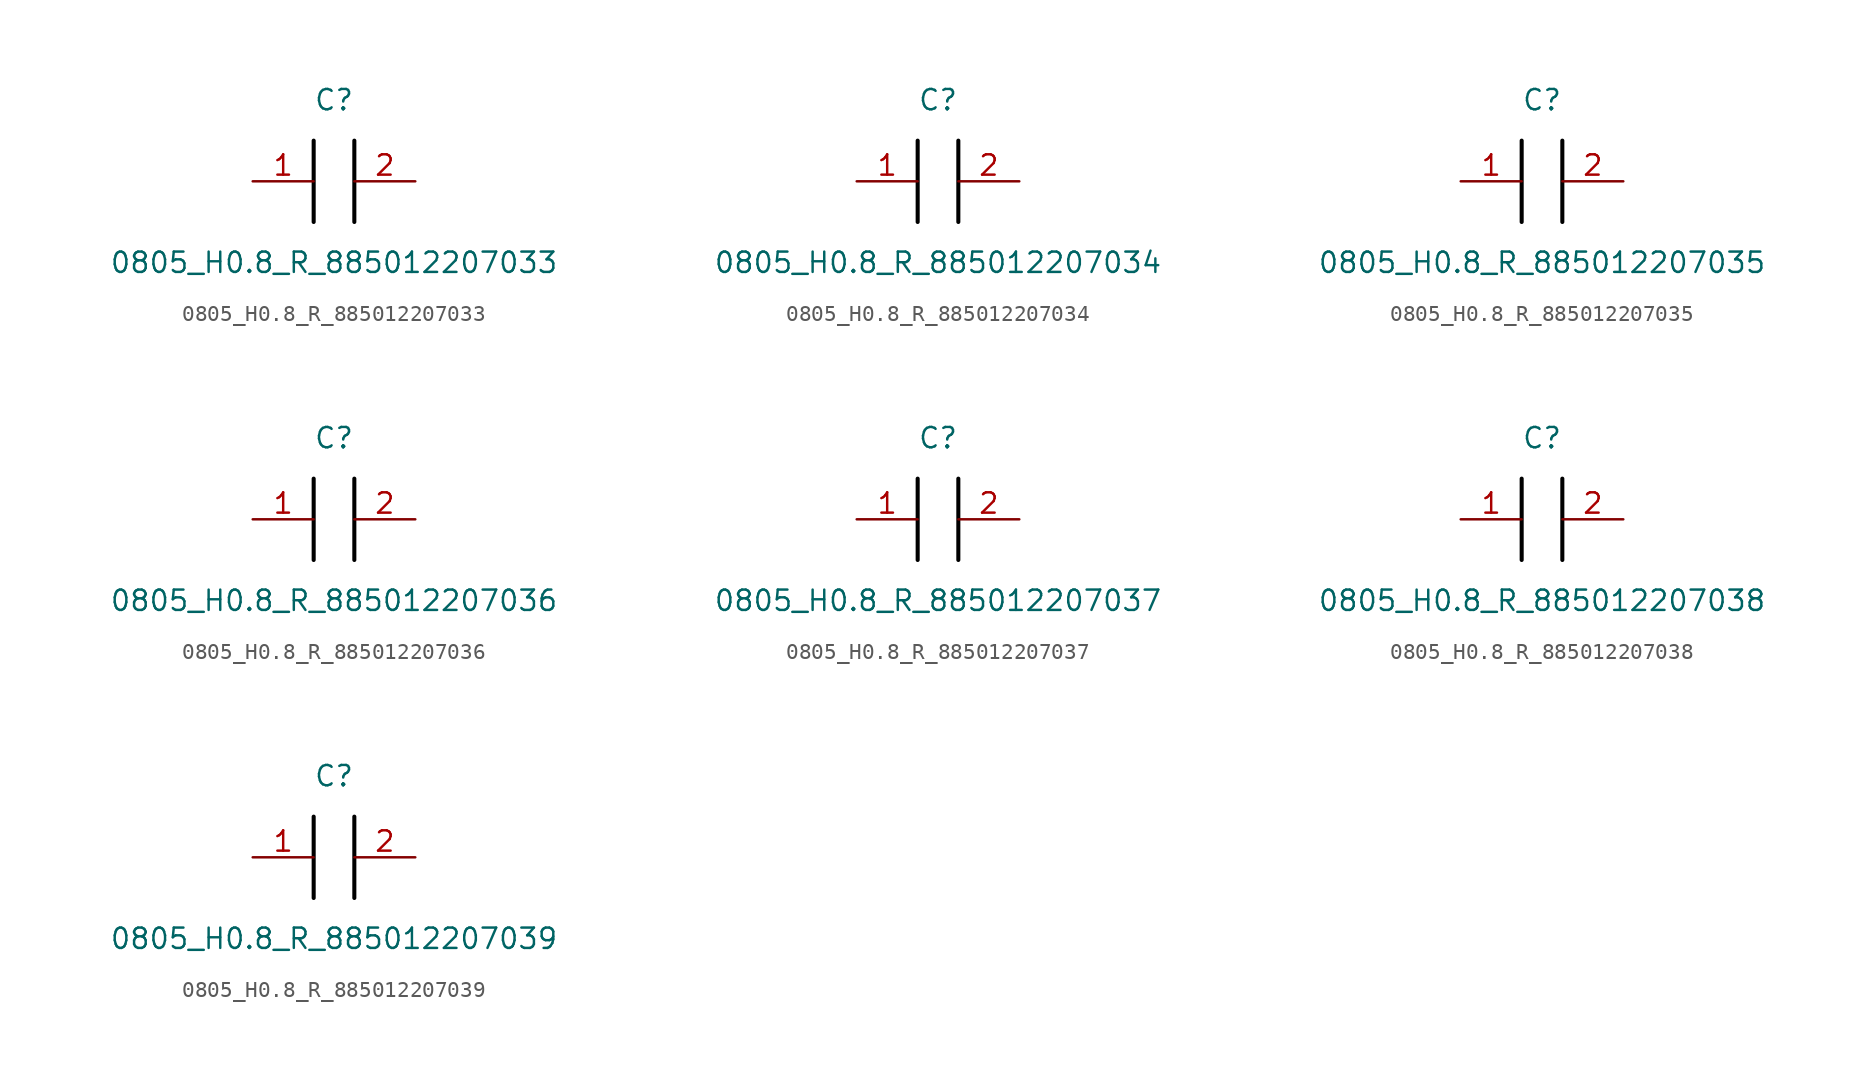
<source format=kicad_sym>
(kicad_symbol_lib
  (version 20220914)
  (generator kicad_symbol_editor)
  (symbol "0805_H0.8_R_885012207033"
    (pin_names hide)
    (property "Reference" "C"
      (at 0 5.08 0)
      (effects (font (size 1.27 1.27))))
    (property "Value" "0805_H0.8_R_885012207033"
      (at 0 -5.08 0)
      (effects (font (size 1.27 1.27))))
    (symbol "0805_H0.8_R_885012207033_1_1"
      (polyline (pts (xy -1.27 2.54) (xy -1.27 -2.54)) (stroke (width 0.254) (type default) (color 0 0 0 1)) (fill (type none)))
      (polyline (pts (xy 1.27 2.54) (xy 1.27 -2.54)) (stroke (width 0.254) (type default) (color 0 0 0 1)) (fill (type none)))
      (pin passive line (at -5.08 0 0) (length 3.81) (name "1" (effects (font (size 1.27 1.27)))) (number "1" (effects (font (size 1.27 1.27)))))
      (pin passive line (at 5.08 0 180) (length 3.81) (name "2" (effects (font (size 1.27 1.27)))) (number "2" (effects (font (size 1.27 1.27)))))))
  (symbol "0805_H0.8_R_885012207034"
    (pin_names hide)
    (property "Reference" "C"
      (at 0 5.08 0)
      (effects (font (size 1.27 1.27))))
    (property "Value" "0805_H0.8_R_885012207034"
      (at 0 -5.08 0)
      (effects (font (size 1.27 1.27))))
    (symbol "0805_H0.8_R_885012207034_1_1"
      (polyline (pts (xy -1.27 2.54) (xy -1.27 -2.54)) (stroke (width 0.254) (type default) (color 0 0 0 1)) (fill (type none)))
      (polyline (pts (xy 1.27 2.54) (xy 1.27 -2.54)) (stroke (width 0.254) (type default) (color 0 0 0 1)) (fill (type none)))
      (pin passive line (at -5.08 0 0) (length 3.81) (name "1" (effects (font (size 1.27 1.27)))) (number "1" (effects (font (size 1.27 1.27)))))
      (pin passive line (at 5.08 0 180) (length 3.81) (name "2" (effects (font (size 1.27 1.27)))) (number "2" (effects (font (size 1.27 1.27)))))))
  (symbol "0805_H0.8_R_885012207035"
    (pin_names hide)
    (property "Reference" "C"
      (at 0 5.08 0)
      (effects (font (size 1.27 1.27))))
    (property "Value" "0805_H0.8_R_885012207035"
      (at 0 -5.08 0)
      (effects (font (size 1.27 1.27))))
    (symbol "0805_H0.8_R_885012207035_1_1"
      (polyline (pts (xy -1.27 2.54) (xy -1.27 -2.54)) (stroke (width 0.254) (type default) (color 0 0 0 1)) (fill (type none)))
      (polyline (pts (xy 1.27 2.54) (xy 1.27 -2.54)) (stroke (width 0.254) (type default) (color 0 0 0 1)) (fill (type none)))
      (pin passive line (at -5.08 0 0) (length 3.81) (name "1" (effects (font (size 1.27 1.27)))) (number "1" (effects (font (size 1.27 1.27)))))
      (pin passive line (at 5.08 0 180) (length 3.81) (name "2" (effects (font (size 1.27 1.27)))) (number "2" (effects (font (size 1.27 1.27)))))))
  (symbol "0805_H0.8_R_885012207036"
    (pin_names hide)
    (property "Reference" "C"
      (at 0 5.08 0)
      (effects (font (size 1.27 1.27))))
    (property "Value" "0805_H0.8_R_885012207036"
      (at 0 -5.08 0)
      (effects (font (size 1.27 1.27))))
    (symbol "0805_H0.8_R_885012207036_1_1"
      (polyline (pts (xy -1.27 2.54) (xy -1.27 -2.54)) (stroke (width 0.254) (type default) (color 0 0 0 1)) (fill (type none)))
      (polyline (pts (xy 1.27 2.54) (xy 1.27 -2.54)) (stroke (width 0.254) (type default) (color 0 0 0 1)) (fill (type none)))
      (pin passive line (at -5.08 0 0) (length 3.81) (name "1" (effects (font (size 1.27 1.27)))) (number "1" (effects (font (size 1.27 1.27)))))
      (pin passive line (at 5.08 0 180) (length 3.81) (name "2" (effects (font (size 1.27 1.27)))) (number "2" (effects (font (size 1.27 1.27)))))))
  (symbol "0805_H0.8_R_885012207037"
    (pin_names hide)
    (property "Reference" "C"
      (at 0 5.08 0)
      (effects (font (size 1.27 1.27))))
    (property "Value" "0805_H0.8_R_885012207037"
      (at 0 -5.08 0)
      (effects (font (size 1.27 1.27))))
    (symbol "0805_H0.8_R_885012207037_1_1"
      (polyline (pts (xy -1.27 2.54) (xy -1.27 -2.54)) (stroke (width 0.254) (type default) (color 0 0 0 1)) (fill (type none)))
      (polyline (pts (xy 1.27 2.54) (xy 1.27 -2.54)) (stroke (width 0.254) (type default) (color 0 0 0 1)) (fill (type none)))
      (pin passive line (at -5.08 0 0) (length 3.81) (name "1" (effects (font (size 1.27 1.27)))) (number "1" (effects (font (size 1.27 1.27)))))
      (pin passive line (at 5.08 0 180) (length 3.81) (name "2" (effects (font (size 1.27 1.27)))) (number "2" (effects (font (size 1.27 1.27)))))))
  (symbol "0805_H0.8_R_885012207038"
    (pin_names hide)
    (property "Reference" "C"
      (at 0 5.08 0)
      (effects (font (size 1.27 1.27))))
    (property "Value" "0805_H0.8_R_885012207038"
      (at 0 -5.08 0)
      (effects (font (size 1.27 1.27))))
    (symbol "0805_H0.8_R_885012207038_1_1"
      (polyline (pts (xy -1.27 2.54) (xy -1.27 -2.54)) (stroke (width 0.254) (type default) (color 0 0 0 1)) (fill (type none)))
      (polyline (pts (xy 1.27 2.54) (xy 1.27 -2.54)) (stroke (width 0.254) (type default) (color 0 0 0 1)) (fill (type none)))
      (pin passive line (at -5.08 0 0) (length 3.81) (name "1" (effects (font (size 1.27 1.27)))) (number "1" (effects (font (size 1.27 1.27)))))
      (pin passive line (at 5.08 0 180) (length 3.81) (name "2" (effects (font (size 1.27 1.27)))) (number "2" (effects (font (size 1.27 1.27)))))))
  (symbol "0805_H0.8_R_885012207039"
    (pin_names hide)
    (property "Reference" "C"
      (at 0 5.08 0)
      (effects (font (size 1.27 1.27))))
    (property "Value" "0805_H0.8_R_885012207039"
      (at 0 -5.08 0)
      (effects (font (size 1.27 1.27))))
    (symbol "0805_H0.8_R_885012207039_1_1"
      (polyline (pts (xy -1.27 2.54) (xy -1.27 -2.54)) (stroke (width 0.254) (type default) (color 0 0 0 1)) (fill (type none)))
      (polyline (pts (xy 1.27 2.54) (xy 1.27 -2.54)) (stroke (width 0.254) (type default) (color 0 0 0 1)) (fill (type none)))
      (pin passive line (at -5.08 0 0) (length 3.81) (name "1" (effects (font (size 1.27 1.27)))) (number "1" (effects (font (size 1.27 1.27)))))
      (pin passive line (at 5.08 0 180) (length 3.81) (name "2" (effects (font (size 1.27 1.27)))) (number "2" (effects (font (size 1.27 1.27))))))))
</source>
